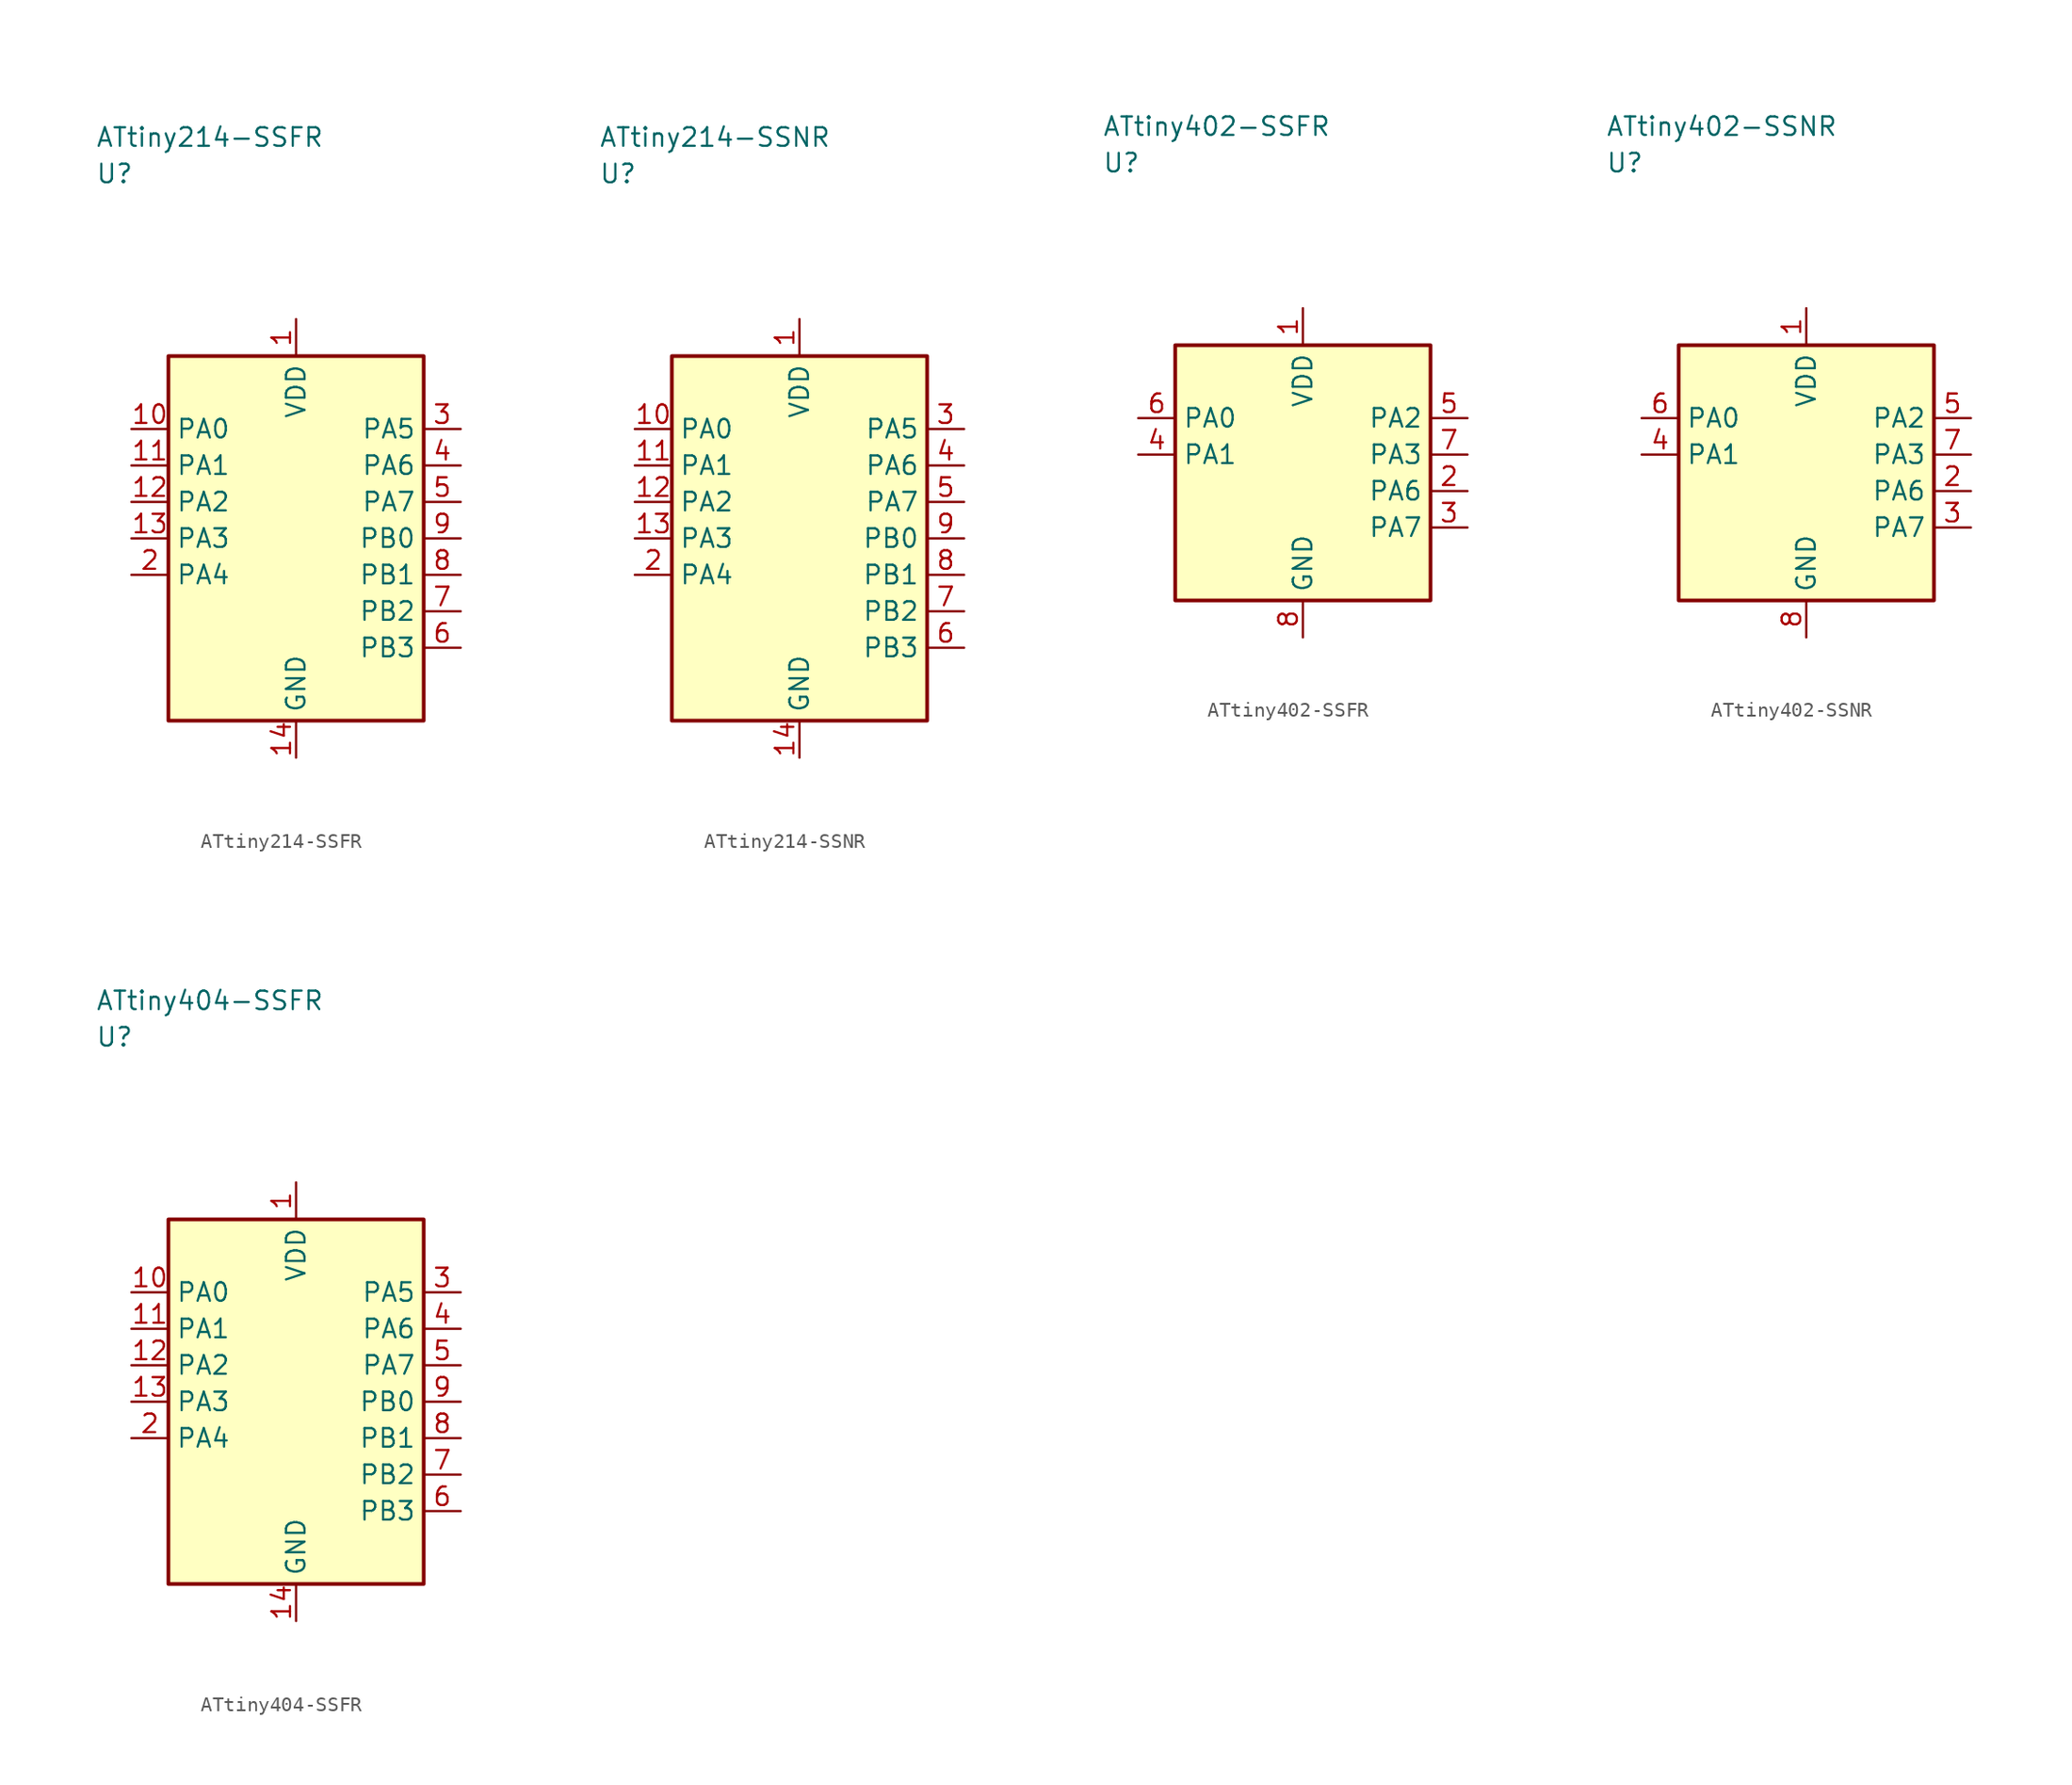
<source format=kicad_sym>
(kicad_symbol_lib
  (version 20241025)
  (generator "kicad_symbol_editor")
  (generator_version "8.0")
  (symbol "ATtiny214-SSFR"
    (property "Reference" "U"
      (at -13.75 25.0 0)
      (effects (font (size 1.27 1.27)) (justify left)))
    (property "Value" "ATtiny214-SSFR"
      (at -13.75 27.5 0)
      (effects (font (size 1.27 1.27)) (justify left)))
    (symbol "ATtiny214-SSFR_0_1"
      (rectangle (start -8.75 12.5) (end 8.75 -12.5) (stroke (width 0.254) (type default)) (fill (type background))))
    (symbol "ATtiny214-SSFR_1_1"
      (pin power_in line (at 0.0 15.04 270.0) (length 2.54) (name "VDD" (effects (font (size 1.27 1.27)))) (number "1" (effects (font (size 1.27 1.27)))))
      (pin bidirectional line (at -11.29 -2.5 0.0) (length 2.54) (name "PA4" (effects (font (size 1.27 1.27)))) (number "2" (effects (font (size 1.27 1.27)))))
      (pin bidirectional line (at 11.29 7.5 180.0) (length 2.54) (name "PA5" (effects (font (size 1.27 1.27)))) (number "3" (effects (font (size 1.27 1.27)))))
      (pin bidirectional line (at 11.29 5.0 180.0) (length 2.54) (name "PA6" (effects (font (size 1.27 1.27)))) (number "4" (effects (font (size 1.27 1.27)))))
      (pin bidirectional line (at 11.29 2.5 180.0) (length 2.54) (name "PA7" (effects (font (size 1.27 1.27)))) (number "5" (effects (font (size 1.27 1.27)))))
      (pin bidirectional line (at 11.29 -7.5 180.0) (length 2.54) (name "PB3" (effects (font (size 1.27 1.27)))) (number "6" (effects (font (size 1.27 1.27)))))
      (pin bidirectional line (at 11.29 -5.0 180.0) (length 2.54) (name "PB2" (effects (font (size 1.27 1.27)))) (number "7" (effects (font (size 1.27 1.27)))))
      (pin bidirectional line (at 11.29 -2.5 180.0) (length 2.54) (name "PB1" (effects (font (size 1.27 1.27)))) (number "8" (effects (font (size 1.27 1.27)))))
      (pin bidirectional line (at 11.29 0.0 180.0) (length 2.54) (name "PB0" (effects (font (size 1.27 1.27)))) (number "9" (effects (font (size 1.27 1.27)))))
      (pin bidirectional line (at -11.29 7.5 0.0) (length 2.54) (name "PA0" (effects (font (size 1.27 1.27)))) (number "10" (effects (font (size 1.27 1.27)))))
      (pin bidirectional line (at -11.29 5.0 0.0) (length 2.54) (name "PA1" (effects (font (size 1.27 1.27)))) (number "11" (effects (font (size 1.27 1.27)))))
      (pin bidirectional line (at -11.29 2.5 0.0) (length 2.54) (name "PA2" (effects (font (size 1.27 1.27)))) (number "12" (effects (font (size 1.27 1.27)))))
      (pin bidirectional line (at -11.29 0.0 0.0) (length 2.54) (name "PA3" (effects (font (size 1.27 1.27)))) (number "13" (effects (font (size 1.27 1.27)))))
      (pin passive line (at 0.0 -15.04 90.0) (length 2.54) (name "GND" (effects (font (size 1.27 1.27)))) (number "14" (effects (font (size 1.27 1.27)))))))
  (symbol "ATtiny214-SSNR"
    (property "Reference" "U"
      (at -13.75 25.0 0)
      (effects (font (size 1.27 1.27)) (justify left)))
    (property "Value" "ATtiny214-SSNR"
      (at -13.75 27.5 0)
      (effects (font (size 1.27 1.27)) (justify left)))
    (symbol "ATtiny214-SSNR_0_1"
      (rectangle (start -8.75 12.5) (end 8.75 -12.5) (stroke (width 0.254) (type default)) (fill (type background))))
    (symbol "ATtiny214-SSNR_1_1"
      (pin power_in line (at 0.0 15.04 270.0) (length 2.54) (name "VDD" (effects (font (size 1.27 1.27)))) (number "1" (effects (font (size 1.27 1.27)))))
      (pin bidirectional line (at -11.29 -2.5 0.0) (length 2.54) (name "PA4" (effects (font (size 1.27 1.27)))) (number "2" (effects (font (size 1.27 1.27)))))
      (pin bidirectional line (at 11.29 7.5 180.0) (length 2.54) (name "PA5" (effects (font (size 1.27 1.27)))) (number "3" (effects (font (size 1.27 1.27)))))
      (pin bidirectional line (at 11.29 5.0 180.0) (length 2.54) (name "PA6" (effects (font (size 1.27 1.27)))) (number "4" (effects (font (size 1.27 1.27)))))
      (pin bidirectional line (at 11.29 2.5 180.0) (length 2.54) (name "PA7" (effects (font (size 1.27 1.27)))) (number "5" (effects (font (size 1.27 1.27)))))
      (pin bidirectional line (at 11.29 -7.5 180.0) (length 2.54) (name "PB3" (effects (font (size 1.27 1.27)))) (number "6" (effects (font (size 1.27 1.27)))))
      (pin bidirectional line (at 11.29 -5.0 180.0) (length 2.54) (name "PB2" (effects (font (size 1.27 1.27)))) (number "7" (effects (font (size 1.27 1.27)))))
      (pin bidirectional line (at 11.29 -2.5 180.0) (length 2.54) (name "PB1" (effects (font (size 1.27 1.27)))) (number "8" (effects (font (size 1.27 1.27)))))
      (pin bidirectional line (at 11.29 0.0 180.0) (length 2.54) (name "PB0" (effects (font (size 1.27 1.27)))) (number "9" (effects (font (size 1.27 1.27)))))
      (pin bidirectional line (at -11.29 7.5 0.0) (length 2.54) (name "PA0" (effects (font (size 1.27 1.27)))) (number "10" (effects (font (size 1.27 1.27)))))
      (pin bidirectional line (at -11.29 5.0 0.0) (length 2.54) (name "PA1" (effects (font (size 1.27 1.27)))) (number "11" (effects (font (size 1.27 1.27)))))
      (pin bidirectional line (at -11.29 2.5 0.0) (length 2.54) (name "PA2" (effects (font (size 1.27 1.27)))) (number "12" (effects (font (size 1.27 1.27)))))
      (pin bidirectional line (at -11.29 0.0 0.0) (length 2.54) (name "PA3" (effects (font (size 1.27 1.27)))) (number "13" (effects (font (size 1.27 1.27)))))
      (pin passive line (at 0.0 -15.04 90.0) (length 2.54) (name "GND" (effects (font (size 1.27 1.27)))) (number "14" (effects (font (size 1.27 1.27)))))))
  (symbol "ATtiny402-SSFR"
    (property "Reference" "U"
      (at -13.75 21.25 0)
      (effects (font (size 1.27 1.27)) (justify left)))
    (property "Value" "ATtiny402-SSFR"
      (at -13.75 23.75 0)
      (effects (font (size 1.27 1.27)) (justify left)))
    (symbol "ATtiny402-SSFR_0_1"
      (rectangle (start -8.75 8.75) (end 8.75 -8.75) (stroke (width 0.254) (type default)) (fill (type background))))
    (symbol "ATtiny402-SSFR_1_1"
      (pin power_in line (at 0.0 11.29 270.0) (length 2.54) (name "VDD" (effects (font (size 1.27 1.27)))) (number "1" (effects (font (size 1.27 1.27)))))
      (pin bidirectional line (at 11.29 -1.25 180.0) (length 2.54) (name "PA6" (effects (font (size 1.27 1.27)))) (number "2" (effects (font (size 1.27 1.27)))))
      (pin bidirectional line (at 11.29 -3.75 180.0) (length 2.54) (name "PA7" (effects (font (size 1.27 1.27)))) (number "3" (effects (font (size 1.27 1.27)))))
      (pin bidirectional line (at -11.29 1.25 0.0) (length 2.54) (name "PA1" (effects (font (size 1.27 1.27)))) (number "4" (effects (font (size 1.27 1.27)))))
      (pin bidirectional line (at 11.29 3.75 180.0) (length 2.54) (name "PA2" (effects (font (size 1.27 1.27)))) (number "5" (effects (font (size 1.27 1.27)))))
      (pin bidirectional line (at -11.29 3.75 0.0) (length 2.54) (name "PA0" (effects (font (size 1.27 1.27)))) (number "6" (effects (font (size 1.27 1.27)))))
      (pin bidirectional line (at 11.29 1.25 180.0) (length 2.54) (name "PA3" (effects (font (size 1.27 1.27)))) (number "7" (effects (font (size 1.27 1.27)))))
      (pin passive line (at 0.0 -11.29 90.0) (length 2.54) (name "GND" (effects (font (size 1.27 1.27)))) (number "8" (effects (font (size 1.27 1.27)))))))
  (symbol "ATtiny402-SSNR"
    (property "Reference" "U"
      (at -13.75 21.25 0)
      (effects (font (size 1.27 1.27)) (justify left)))
    (property "Value" "ATtiny402-SSNR"
      (at -13.75 23.75 0)
      (effects (font (size 1.27 1.27)) (justify left)))
    (symbol "ATtiny402-SSNR_0_1"
      (rectangle (start -8.75 8.75) (end 8.75 -8.75) (stroke (width 0.254) (type default)) (fill (type background))))
    (symbol "ATtiny402-SSNR_1_1"
      (pin power_in line (at 0.0 11.29 270.0) (length 2.54) (name "VDD" (effects (font (size 1.27 1.27)))) (number "1" (effects (font (size 1.27 1.27)))))
      (pin bidirectional line (at 11.29 -1.25 180.0) (length 2.54) (name "PA6" (effects (font (size 1.27 1.27)))) (number "2" (effects (font (size 1.27 1.27)))))
      (pin bidirectional line (at 11.29 -3.75 180.0) (length 2.54) (name "PA7" (effects (font (size 1.27 1.27)))) (number "3" (effects (font (size 1.27 1.27)))))
      (pin bidirectional line (at -11.29 1.25 0.0) (length 2.54) (name "PA1" (effects (font (size 1.27 1.27)))) (number "4" (effects (font (size 1.27 1.27)))))
      (pin bidirectional line (at 11.29 3.75 180.0) (length 2.54) (name "PA2" (effects (font (size 1.27 1.27)))) (number "5" (effects (font (size 1.27 1.27)))))
      (pin bidirectional line (at -11.29 3.75 0.0) (length 2.54) (name "PA0" (effects (font (size 1.27 1.27)))) (number "6" (effects (font (size 1.27 1.27)))))
      (pin bidirectional line (at 11.29 1.25 180.0) (length 2.54) (name "PA3" (effects (font (size 1.27 1.27)))) (number "7" (effects (font (size 1.27 1.27)))))
      (pin passive line (at 0.0 -11.29 90.0) (length 2.54) (name "GND" (effects (font (size 1.27 1.27)))) (number "8" (effects (font (size 1.27 1.27)))))))
  (symbol "ATtiny404-SSFR"
    (property "Reference" "U"
      (at -13.75 25.0 0)
      (effects (font (size 1.27 1.27)) (justify left)))
    (property "Value" "ATtiny404-SSFR"
      (at -13.75 27.5 0)
      (effects (font (size 1.27 1.27)) (justify left)))
    (symbol "ATtiny404-SSFR_0_1"
      (rectangle (start -8.75 12.5) (end 8.75 -12.5) (stroke (width 0.254) (type default)) (fill (type background))))
    (symbol "ATtiny404-SSFR_1_1"
      (pin power_in line (at 0.0 15.04 270.0) (length 2.54) (name "VDD" (effects (font (size 1.27 1.27)))) (number "1" (effects (font (size 1.27 1.27)))))
      (pin bidirectional line (at -11.29 -2.5 0.0) (length 2.54) (name "PA4" (effects (font (size 1.27 1.27)))) (number "2" (effects (font (size 1.27 1.27)))))
      (pin bidirectional line (at 11.29 7.5 180.0) (length 2.54) (name "PA5" (effects (font (size 1.27 1.27)))) (number "3" (effects (font (size 1.27 1.27)))))
      (pin bidirectional line (at 11.29 5.0 180.0) (length 2.54) (name "PA6" (effects (font (size 1.27 1.27)))) (number "4" (effects (font (size 1.27 1.27)))))
      (pin bidirectional line (at 11.29 2.5 180.0) (length 2.54) (name "PA7" (effects (font (size 1.27 1.27)))) (number "5" (effects (font (size 1.27 1.27)))))
      (pin bidirectional line (at 11.29 -7.5 180.0) (length 2.54) (name "PB3" (effects (font (size 1.27 1.27)))) (number "6" (effects (font (size 1.27 1.27)))))
      (pin bidirectional line (at 11.29 -5.0 180.0) (length 2.54) (name "PB2" (effects (font (size 1.27 1.27)))) (number "7" (effects (font (size 1.27 1.27)))))
      (pin bidirectional line (at 11.29 -2.5 180.0) (length 2.54) (name "PB1" (effects (font (size 1.27 1.27)))) (number "8" (effects (font (size 1.27 1.27)))))
      (pin bidirectional line (at 11.29 0.0 180.0) (length 2.54) (name "PB0" (effects (font (size 1.27 1.27)))) (number "9" (effects (font (size 1.27 1.27)))))
      (pin bidirectional line (at -11.29 7.5 0.0) (length 2.54) (name "PA0" (effects (font (size 1.27 1.27)))) (number "10" (effects (font (size 1.27 1.27)))))
      (pin bidirectional line (at -11.29 5.0 0.0) (length 2.54) (name "PA1" (effects (font (size 1.27 1.27)))) (number "11" (effects (font (size 1.27 1.27)))))
      (pin bidirectional line (at -11.29 2.5 0.0) (length 2.54) (name "PA2" (effects (font (size 1.27 1.27)))) (number "12" (effects (font (size 1.27 1.27)))))
      (pin bidirectional line (at -11.29 0.0 0.0) (length 2.54) (name "PA3" (effects (font (size 1.27 1.27)))) (number "13" (effects (font (size 1.27 1.27)))))
      (pin passive line (at 0.0 -15.04 90.0) (length 2.54) (name "GND" (effects (font (size 1.27 1.27)))) (number "14" (effects (font (size 1.27 1.27))))))))
</source>
